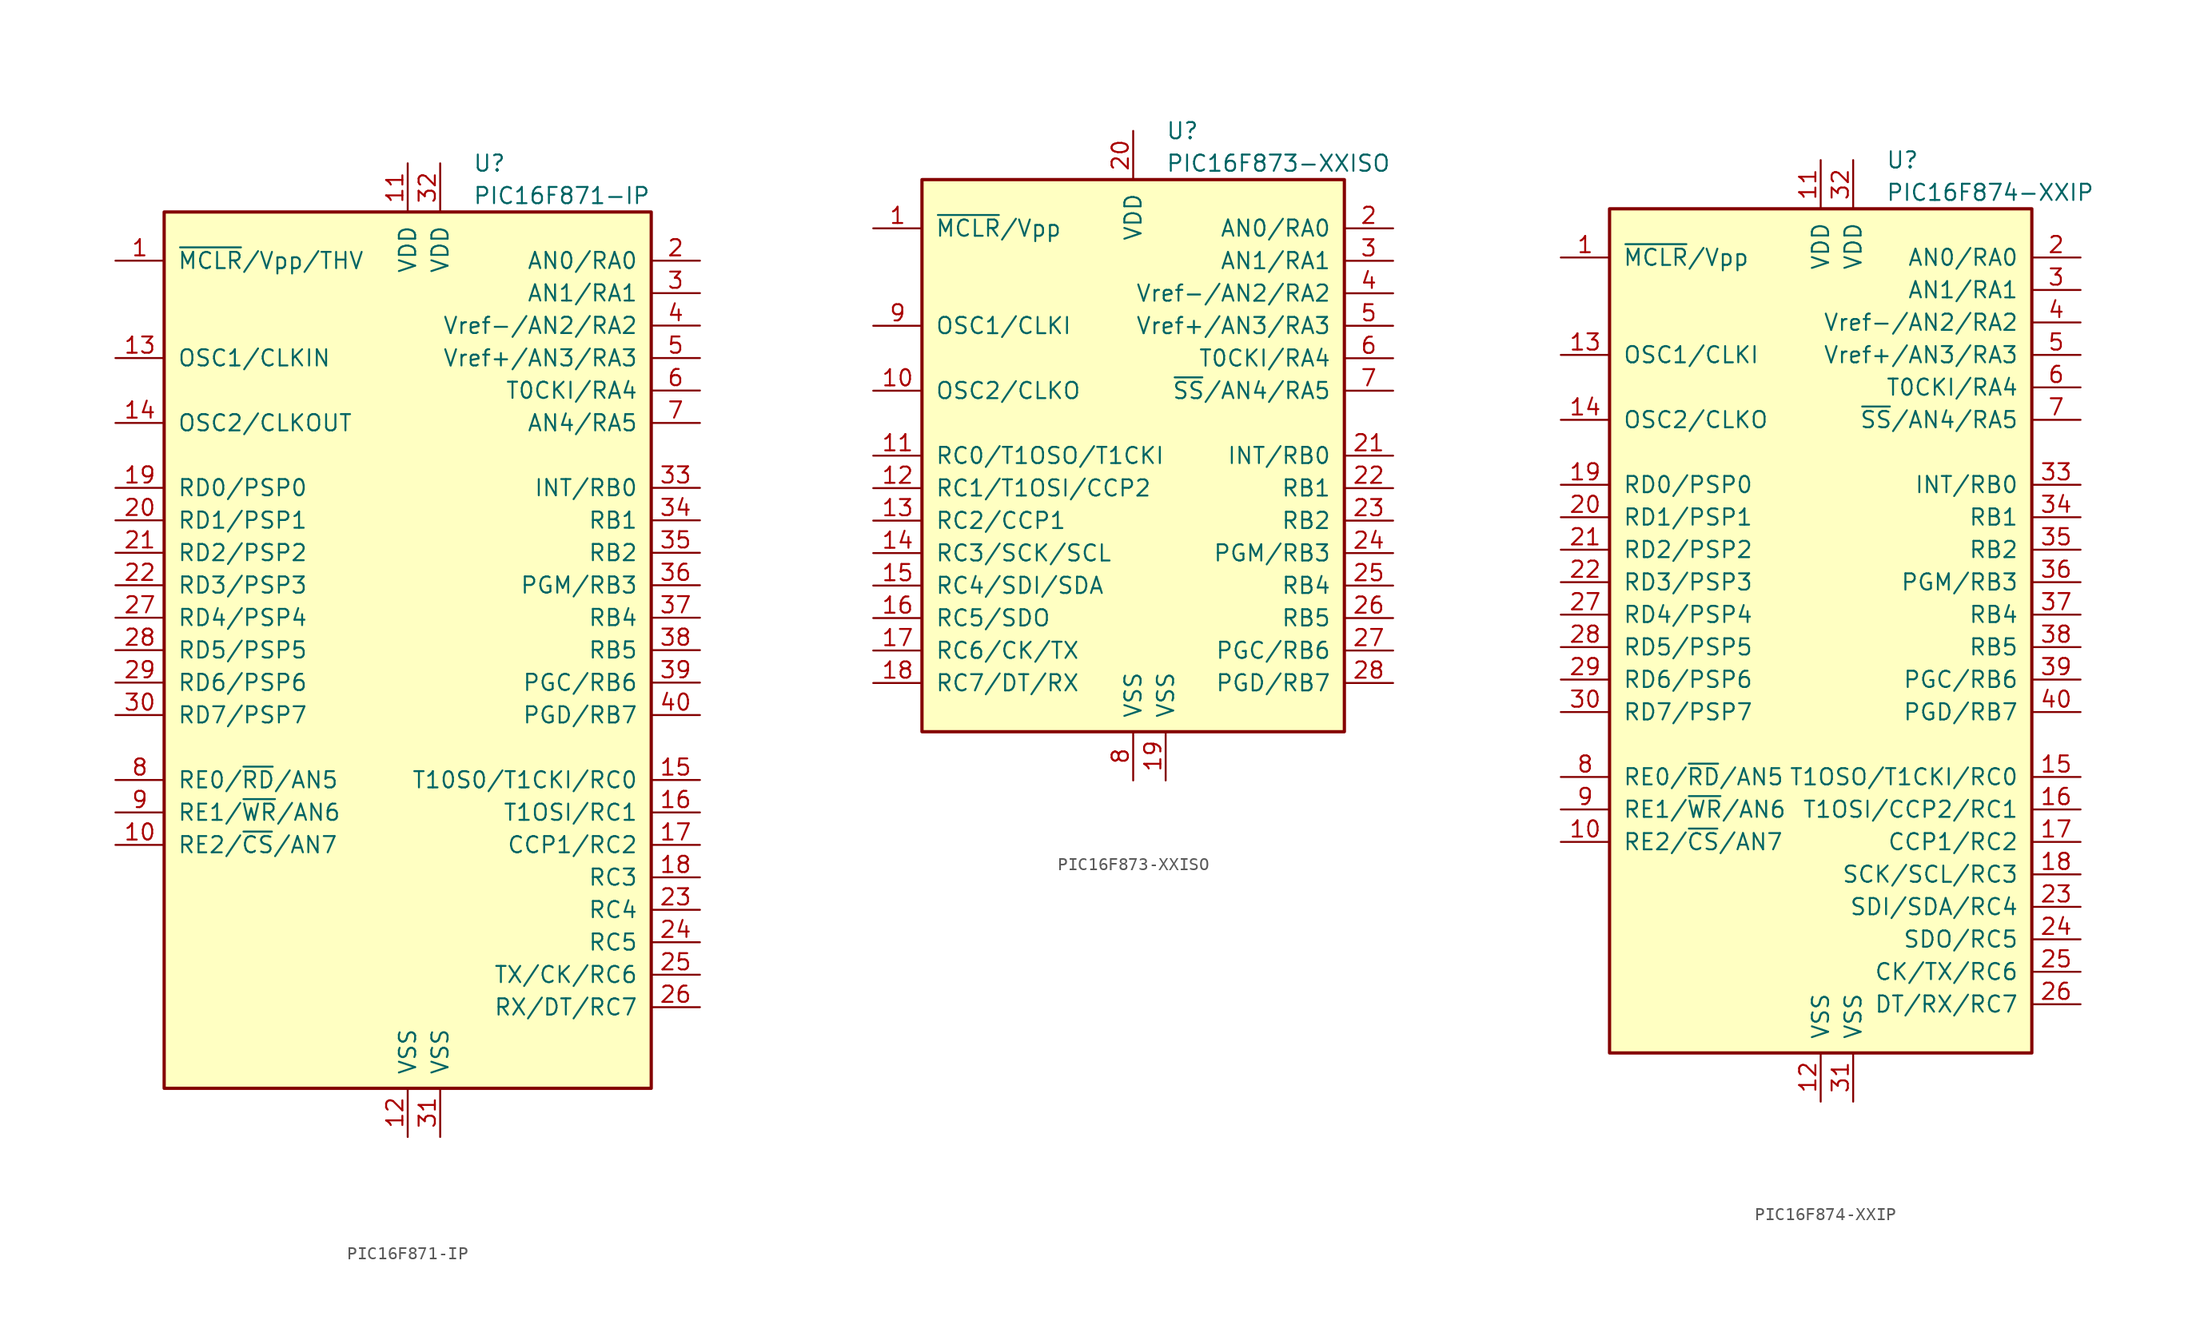
<source format=kicad_sym>
(kicad_symbol_lib
  (version 20201005)
  (generator kicad_symbol_editor)
  (symbol "PIC16F871-IP"
    (pin_names
      (offset 1.016))
    (property "Reference" "U"
      (at 5.08 38.1 0)
      (effects (font (size 1.27 1.27)) (justify left)))
    (property "Value" "PIC16F871-IP"
      (at 5.08 35.56 0)
      (effects (font (size 1.27 1.27)) (justify left)))
    (symbol "PIC16F871-IP_0_1"
      (rectangle (start -19.05 -34.29) (end 19.05 34.29) (stroke (width 0.254)) (fill (type background))))
    (symbol "PIC16F871-IP_1_1"
      (pin input line (at -22.86 30.48 0) (length 3.81) (name "~MCLR~/Vpp/THV" (effects (font (size 1.27 1.27)))) (number "1" (effects (font (size 1.27 1.27)))))
      (pin bidirectional line (at -22.86 -15.24 0) (length 3.81) (name "RE2/~CS~/AN7" (effects (font (size 1.27 1.27)))) (number "10" (effects (font (size 1.27 1.27)))))
      (pin power_in line (at 0 38.1 270) (length 3.81) (name "VDD" (effects (font (size 1.27 1.27)))) (number "11" (effects (font (size 1.27 1.27)))))
      (pin power_in line (at 0 -38.1 90) (length 3.81) (name "VSS" (effects (font (size 1.27 1.27)))) (number "12" (effects (font (size 1.27 1.27)))))
      (pin input line (at -22.86 22.86 0) (length 3.81) (name "OSC1/CLKIN" (effects (font (size 1.27 1.27)))) (number "13" (effects (font (size 1.27 1.27)))))
      (pin output line (at -22.86 17.78 0) (length 3.81) (name "OSC2/CLKOUT" (effects (font (size 1.27 1.27)))) (number "14" (effects (font (size 1.27 1.27)))))
      (pin bidirectional line (at 22.86 -10.16 180) (length 3.81) (name "T10S0/T1CKI/RC0" (effects (font (size 1.27 1.27)))) (number "15" (effects (font (size 1.27 1.27)))))
      (pin bidirectional line (at 22.86 -12.7 180) (length 3.81) (name "T1OSI/RC1" (effects (font (size 1.27 1.27)))) (number "16" (effects (font (size 1.27 1.27)))))
      (pin bidirectional line (at 22.86 -15.24 180) (length 3.81) (name "CCP1/RC2" (effects (font (size 1.27 1.27)))) (number "17" (effects (font (size 1.27 1.27)))))
      (pin bidirectional line (at 22.86 -17.78 180) (length 3.81) (name "RC3" (effects (font (size 1.27 1.27)))) (number "18" (effects (font (size 1.27 1.27)))))
      (pin bidirectional line (at -22.86 12.7 0) (length 3.81) (name "RD0/PSP0" (effects (font (size 1.27 1.27)))) (number "19" (effects (font (size 1.27 1.27)))))
      (pin bidirectional line (at 22.86 30.48 180) (length 3.81) (name "AN0/RA0" (effects (font (size 1.27 1.27)))) (number "2" (effects (font (size 1.27 1.27)))))
      (pin bidirectional line (at -22.86 10.16 0) (length 3.81) (name "RD1/PSP1" (effects (font (size 1.27 1.27)))) (number "20" (effects (font (size 1.27 1.27)))))
      (pin bidirectional line (at -22.86 7.62 0) (length 3.81) (name "RD2/PSP2" (effects (font (size 1.27 1.27)))) (number "21" (effects (font (size 1.27 1.27)))))
      (pin bidirectional line (at -22.86 5.08 0) (length 3.81) (name "RD3/PSP3" (effects (font (size 1.27 1.27)))) (number "22" (effects (font (size 1.27 1.27)))))
      (pin bidirectional line (at 22.86 -20.32 180) (length 3.81) (name "RC4" (effects (font (size 1.27 1.27)))) (number "23" (effects (font (size 1.27 1.27)))))
      (pin bidirectional line (at 22.86 -22.86 180) (length 3.81) (name "RC5" (effects (font (size 1.27 1.27)))) (number "24" (effects (font (size 1.27 1.27)))))
      (pin bidirectional line (at 22.86 -25.4 180) (length 3.81) (name "TX/CK/RC6" (effects (font (size 1.27 1.27)))) (number "25" (effects (font (size 1.27 1.27)))))
      (pin bidirectional line (at 22.86 -27.94 180) (length 3.81) (name "RX/DT/RC7" (effects (font (size 1.27 1.27)))) (number "26" (effects (font (size 1.27 1.27)))))
      (pin bidirectional line (at -22.86 2.54 0) (length 3.81) (name "RD4/PSP4" (effects (font (size 1.27 1.27)))) (number "27" (effects (font (size 1.27 1.27)))))
      (pin bidirectional line (at -22.86 0 0) (length 3.81) (name "RD5/PSP5" (effects (font (size 1.27 1.27)))) (number "28" (effects (font (size 1.27 1.27)))))
      (pin bidirectional line (at -22.86 -2.54 0) (length 3.81) (name "RD6/PSP6" (effects (font (size 1.27 1.27)))) (number "29" (effects (font (size 1.27 1.27)))))
      (pin bidirectional line (at 22.86 27.94 180) (length 3.81) (name "AN1/RA1" (effects (font (size 1.27 1.27)))) (number "3" (effects (font (size 1.27 1.27)))))
      (pin bidirectional line (at -22.86 -5.08 0) (length 3.81) (name "RD7/PSP7" (effects (font (size 1.27 1.27)))) (number "30" (effects (font (size 1.27 1.27)))))
      (pin power_in line (at 2.54 -38.1 90) (length 3.81) (name "VSS" (effects (font (size 1.27 1.27)))) (number "31" (effects (font (size 1.27 1.27)))))
      (pin power_in line (at 2.54 38.1 270) (length 3.81) (name "VDD" (effects (font (size 1.27 1.27)))) (number "32" (effects (font (size 1.27 1.27)))))
      (pin bidirectional line (at 22.86 12.7 180) (length 3.81) (name "INT/RB0" (effects (font (size 1.27 1.27)))) (number "33" (effects (font (size 1.27 1.27)))))
      (pin bidirectional line (at 22.86 10.16 180) (length 3.81) (name "RB1" (effects (font (size 1.27 1.27)))) (number "34" (effects (font (size 1.27 1.27)))))
      (pin bidirectional line (at 22.86 7.62 180) (length 3.81) (name "RB2" (effects (font (size 1.27 1.27)))) (number "35" (effects (font (size 1.27 1.27)))))
      (pin bidirectional line (at 22.86 5.08 180) (length 3.81) (name "PGM/RB3" (effects (font (size 1.27 1.27)))) (number "36" (effects (font (size 1.27 1.27)))))
      (pin bidirectional line (at 22.86 2.54 180) (length 3.81) (name "RB4" (effects (font (size 1.27 1.27)))) (number "37" (effects (font (size 1.27 1.27)))))
      (pin bidirectional line (at 22.86 0 180) (length 3.81) (name "RB5" (effects (font (size 1.27 1.27)))) (number "38" (effects (font (size 1.27 1.27)))))
      (pin bidirectional line (at 22.86 -2.54 180) (length 3.81) (name "PGC/RB6" (effects (font (size 1.27 1.27)))) (number "39" (effects (font (size 1.27 1.27)))))
      (pin bidirectional line (at 22.86 25.4 180) (length 3.81) (name "Vref-/AN2/RA2" (effects (font (size 1.27 1.27)))) (number "4" (effects (font (size 1.27 1.27)))))
      (pin bidirectional line (at 22.86 -5.08 180) (length 3.81) (name "PGD/RB7" (effects (font (size 1.27 1.27)))) (number "40" (effects (font (size 1.27 1.27)))))
      (pin bidirectional line (at 22.86 22.86 180) (length 3.81) (name "Vref+/AN3/RA3" (effects (font (size 1.27 1.27)))) (number "5" (effects (font (size 1.27 1.27)))))
      (pin bidirectional line (at 22.86 20.32 180) (length 3.81) (name "T0CKI/RA4" (effects (font (size 1.27 1.27)))) (number "6" (effects (font (size 1.27 1.27)))))
      (pin bidirectional line (at 22.86 17.78 180) (length 3.81) (name "AN4/RA5" (effects (font (size 1.27 1.27)))) (number "7" (effects (font (size 1.27 1.27)))))
      (pin bidirectional line (at -22.86 -10.16 0) (length 3.81) (name "RE0/~RD~/AN5" (effects (font (size 1.27 1.27)))) (number "8" (effects (font (size 1.27 1.27)))))
      (pin bidirectional line (at -22.86 -12.7 0) (length 3.81) (name "RE1/~WR~/AN6" (effects (font (size 1.27 1.27)))) (number "9" (effects (font (size 1.27 1.27)))))))
  (symbol "PIC16F873-XXISO"
    (pin_names
      (offset 1.016))
    (property "Reference" "U"
      (at 2.54 25.4 0)
      (effects (font (size 1.27 1.27)) (justify left)))
    (property "Value" "PIC16F873-XXISO"
      (at 2.54 22.86 0)
      (effects (font (size 1.27 1.27)) (justify left)))
    (symbol "PIC16F873-XXISO_0_1"
      (rectangle (start -16.51 21.59) (end 16.51 -21.59) (stroke (width 0.254)) (fill (type background))))
    (symbol "PIC16F873-XXISO_1_1"
      (pin input line (at -20.32 17.78 0) (length 3.81) (name "~MCLR~/Vpp" (effects (font (size 1.27 1.27)))) (number "1" (effects (font (size 1.27 1.27)))))
      (pin output line (at -20.32 5.08 0) (length 3.81) (name "OSC2/CLKO" (effects (font (size 1.27 1.27)))) (number "10" (effects (font (size 1.27 1.27)))))
      (pin bidirectional line (at -20.32 0 0) (length 3.81) (name "RC0/T1OSO/T1CKI" (effects (font (size 1.27 1.27)))) (number "11" (effects (font (size 1.27 1.27)))))
      (pin bidirectional line (at -20.32 -2.54 0) (length 3.81) (name "RC1/T1OSI/CCP2" (effects (font (size 1.27 1.27)))) (number "12" (effects (font (size 1.27 1.27)))))
      (pin bidirectional line (at -20.32 -5.08 0) (length 3.81) (name "RC2/CCP1" (effects (font (size 1.27 1.27)))) (number "13" (effects (font (size 1.27 1.27)))))
      (pin bidirectional line (at -20.32 -7.62 0) (length 3.81) (name "RC3/SCK/SCL" (effects (font (size 1.27 1.27)))) (number "14" (effects (font (size 1.27 1.27)))))
      (pin bidirectional line (at -20.32 -10.16 0) (length 3.81) (name "RC4/SDI/SDA" (effects (font (size 1.27 1.27)))) (number "15" (effects (font (size 1.27 1.27)))))
      (pin bidirectional line (at -20.32 -12.7 0) (length 3.81) (name "RC5/SDO" (effects (font (size 1.27 1.27)))) (number "16" (effects (font (size 1.27 1.27)))))
      (pin bidirectional line (at -20.32 -15.24 0) (length 3.81) (name "RC6/CK/TX" (effects (font (size 1.27 1.27)))) (number "17" (effects (font (size 1.27 1.27)))))
      (pin bidirectional line (at -20.32 -17.78 0) (length 3.81) (name "RC7/DT/RX" (effects (font (size 1.27 1.27)))) (number "18" (effects (font (size 1.27 1.27)))))
      (pin power_in line (at 2.54 -25.4 90) (length 3.81) (name "VSS" (effects (font (size 1.27 1.27)))) (number "19" (effects (font (size 1.27 1.27)))))
      (pin bidirectional line (at 20.32 17.78 180) (length 3.81) (name "AN0/RA0" (effects (font (size 1.27 1.27)))) (number "2" (effects (font (size 1.27 1.27)))))
      (pin power_in line (at 0 25.4 270) (length 3.81) (name "VDD" (effects (font (size 1.27 1.27)))) (number "20" (effects (font (size 1.27 1.27)))))
      (pin bidirectional line (at 20.32 0 180) (length 3.81) (name "INT/RB0" (effects (font (size 1.27 1.27)))) (number "21" (effects (font (size 1.27 1.27)))))
      (pin bidirectional line (at 20.32 -2.54 180) (length 3.81) (name "RB1" (effects (font (size 1.27 1.27)))) (number "22" (effects (font (size 1.27 1.27)))))
      (pin bidirectional line (at 20.32 -5.08 180) (length 3.81) (name "RB2" (effects (font (size 1.27 1.27)))) (number "23" (effects (font (size 1.27 1.27)))))
      (pin bidirectional line (at 20.32 -7.62 180) (length 3.81) (name "PGM/RB3" (effects (font (size 1.27 1.27)))) (number "24" (effects (font (size 1.27 1.27)))))
      (pin bidirectional line (at 20.32 -10.16 180) (length 3.81) (name "RB4" (effects (font (size 1.27 1.27)))) (number "25" (effects (font (size 1.27 1.27)))))
      (pin bidirectional line (at 20.32 -12.7 180) (length 3.81) (name "RB5" (effects (font (size 1.27 1.27)))) (number "26" (effects (font (size 1.27 1.27)))))
      (pin bidirectional line (at 20.32 -15.24 180) (length 3.81) (name "PGC/RB6" (effects (font (size 1.27 1.27)))) (number "27" (effects (font (size 1.27 1.27)))))
      (pin bidirectional line (at 20.32 -17.78 180) (length 3.81) (name "PGD/RB7" (effects (font (size 1.27 1.27)))) (number "28" (effects (font (size 1.27 1.27)))))
      (pin bidirectional line (at 20.32 15.24 180) (length 3.81) (name "AN1/RA1" (effects (font (size 1.27 1.27)))) (number "3" (effects (font (size 1.27 1.27)))))
      (pin bidirectional line (at 20.32 12.7 180) (length 3.81) (name "Vref-/AN2/RA2" (effects (font (size 1.27 1.27)))) (number "4" (effects (font (size 1.27 1.27)))))
      (pin bidirectional line (at 20.32 10.16 180) (length 3.81) (name "Vref+/AN3/RA3" (effects (font (size 1.27 1.27)))) (number "5" (effects (font (size 1.27 1.27)))))
      (pin bidirectional line (at 20.32 7.62 180) (length 3.81) (name "T0CKI/RA4" (effects (font (size 1.27 1.27)))) (number "6" (effects (font (size 1.27 1.27)))))
      (pin bidirectional line (at 20.32 5.08 180) (length 3.81) (name "~SS~/AN4/RA5" (effects (font (size 1.27 1.27)))) (number "7" (effects (font (size 1.27 1.27)))))
      (pin power_in line (at 0 -25.4 90) (length 3.81) (name "VSS" (effects (font (size 1.27 1.27)))) (number "8" (effects (font (size 1.27 1.27)))))
      (pin input line (at -20.32 10.16 0) (length 3.81) (name "OSC1/CLKI" (effects (font (size 1.27 1.27)))) (number "9" (effects (font (size 1.27 1.27)))))))
  (symbol "PIC16F874-XXIP"
    (pin_names
      (offset 1.016))
    (property "Reference" "U"
      (at 5.08 35.56 0)
      (effects (font (size 1.27 1.27)) (justify left)))
    (property "Value" "PIC16F874-XXIP"
      (at 5.08 33.02 0)
      (effects (font (size 1.27 1.27)) (justify left)))
    (symbol "PIC16F874-XXIP_0_1"
      (rectangle (start -16.51 31.75) (end 16.51 -34.29) (stroke (width 0.254)) (fill (type background))))
    (symbol "PIC16F874-XXIP_1_1"
      (pin input line (at -20.32 27.94 0) (length 3.81) (name "~MCLR~/Vpp" (effects (font (size 1.27 1.27)))) (number "1" (effects (font (size 1.27 1.27)))))
      (pin bidirectional line (at -20.32 -17.78 0) (length 3.81) (name "RE2/~CS~/AN7" (effects (font (size 1.27 1.27)))) (number "10" (effects (font (size 1.27 1.27)))))
      (pin power_in line (at 0 35.56 270) (length 3.81) (name "VDD" (effects (font (size 1.27 1.27)))) (number "11" (effects (font (size 1.27 1.27)))))
      (pin power_in line (at 0 -38.1 90) (length 3.81) (name "VSS" (effects (font (size 1.27 1.27)))) (number "12" (effects (font (size 1.27 1.27)))))
      (pin input line (at -20.32 20.32 0) (length 3.81) (name "OSC1/CLKI" (effects (font (size 1.27 1.27)))) (number "13" (effects (font (size 1.27 1.27)))))
      (pin output line (at -20.32 15.24 0) (length 3.81) (name "OSC2/CLKO" (effects (font (size 1.27 1.27)))) (number "14" (effects (font (size 1.27 1.27)))))
      (pin bidirectional line (at 20.32 -12.7 180) (length 3.81) (name "T1OSO/T1CKI/RC0" (effects (font (size 1.27 1.27)))) (number "15" (effects (font (size 1.27 1.27)))))
      (pin bidirectional line (at 20.32 -15.24 180) (length 3.81) (name "T1OSI/CCP2/RC1" (effects (font (size 1.27 1.27)))) (number "16" (effects (font (size 1.27 1.27)))))
      (pin bidirectional line (at 20.32 -17.78 180) (length 3.81) (name "CCP1/RC2" (effects (font (size 1.27 1.27)))) (number "17" (effects (font (size 1.27 1.27)))))
      (pin bidirectional line (at 20.32 -20.32 180) (length 3.81) (name "SCK/SCL/RC3" (effects (font (size 1.27 1.27)))) (number "18" (effects (font (size 1.27 1.27)))))
      (pin bidirectional line (at -20.32 10.16 0) (length 3.81) (name "RD0/PSP0" (effects (font (size 1.27 1.27)))) (number "19" (effects (font (size 1.27 1.27)))))
      (pin bidirectional line (at 20.32 27.94 180) (length 3.81) (name "AN0/RA0" (effects (font (size 1.27 1.27)))) (number "2" (effects (font (size 1.27 1.27)))))
      (pin bidirectional line (at -20.32 7.62 0) (length 3.81) (name "RD1/PSP1" (effects (font (size 1.27 1.27)))) (number "20" (effects (font (size 1.27 1.27)))))
      (pin bidirectional line (at -20.32 5.08 0) (length 3.81) (name "RD2/PSP2" (effects (font (size 1.27 1.27)))) (number "21" (effects (font (size 1.27 1.27)))))
      (pin bidirectional line (at -20.32 2.54 0) (length 3.81) (name "RD3/PSP3" (effects (font (size 1.27 1.27)))) (number "22" (effects (font (size 1.27 1.27)))))
      (pin bidirectional line (at 20.32 -22.86 180) (length 3.81) (name "SDI/SDA/RC4" (effects (font (size 1.27 1.27)))) (number "23" (effects (font (size 1.27 1.27)))))
      (pin bidirectional line (at 20.32 -25.4 180) (length 3.81) (name "SDO/RC5" (effects (font (size 1.27 1.27)))) (number "24" (effects (font (size 1.27 1.27)))))
      (pin bidirectional line (at 20.32 -27.94 180) (length 3.81) (name "CK/TX/RC6" (effects (font (size 1.27 1.27)))) (number "25" (effects (font (size 1.27 1.27)))))
      (pin bidirectional line (at 20.32 -30.48 180) (length 3.81) (name "DT/RX/RC7" (effects (font (size 1.27 1.27)))) (number "26" (effects (font (size 1.27 1.27)))))
      (pin bidirectional line (at -20.32 0 0) (length 3.81) (name "RD4/PSP4" (effects (font (size 1.27 1.27)))) (number "27" (effects (font (size 1.27 1.27)))))
      (pin bidirectional line (at -20.32 -2.54 0) (length 3.81) (name "RD5/PSP5" (effects (font (size 1.27 1.27)))) (number "28" (effects (font (size 1.27 1.27)))))
      (pin bidirectional line (at -20.32 -5.08 0) (length 3.81) (name "RD6/PSP6" (effects (font (size 1.27 1.27)))) (number "29" (effects (font (size 1.27 1.27)))))
      (pin bidirectional line (at 20.32 25.4 180) (length 3.81) (name "AN1/RA1" (effects (font (size 1.27 1.27)))) (number "3" (effects (font (size 1.27 1.27)))))
      (pin bidirectional line (at -20.32 -7.62 0) (length 3.81) (name "RD7/PSP7" (effects (font (size 1.27 1.27)))) (number "30" (effects (font (size 1.27 1.27)))))
      (pin power_in line (at 2.54 -38.1 90) (length 3.81) (name "VSS" (effects (font (size 1.27 1.27)))) (number "31" (effects (font (size 1.27 1.27)))))
      (pin power_in line (at 2.54 35.56 270) (length 3.81) (name "VDD" (effects (font (size 1.27 1.27)))) (number "32" (effects (font (size 1.27 1.27)))))
      (pin bidirectional line (at 20.32 10.16 180) (length 3.81) (name "INT/RB0" (effects (font (size 1.27 1.27)))) (number "33" (effects (font (size 1.27 1.27)))))
      (pin bidirectional line (at 20.32 7.62 180) (length 3.81) (name "RB1" (effects (font (size 1.27 1.27)))) (number "34" (effects (font (size 1.27 1.27)))))
      (pin bidirectional line (at 20.32 5.08 180) (length 3.81) (name "RB2" (effects (font (size 1.27 1.27)))) (number "35" (effects (font (size 1.27 1.27)))))
      (pin bidirectional line (at 20.32 2.54 180) (length 3.81) (name "PGM/RB3" (effects (font (size 1.27 1.27)))) (number "36" (effects (font (size 1.27 1.27)))))
      (pin bidirectional line (at 20.32 0 180) (length 3.81) (name "RB4" (effects (font (size 1.27 1.27)))) (number "37" (effects (font (size 1.27 1.27)))))
      (pin bidirectional line (at 20.32 -2.54 180) (length 3.81) (name "RB5" (effects (font (size 1.27 1.27)))) (number "38" (effects (font (size 1.27 1.27)))))
      (pin bidirectional line (at 20.32 -5.08 180) (length 3.81) (name "PGC/RB6" (effects (font (size 1.27 1.27)))) (number "39" (effects (font (size 1.27 1.27)))))
      (pin bidirectional line (at 20.32 22.86 180) (length 3.81) (name "Vref-/AN2/RA2" (effects (font (size 1.27 1.27)))) (number "4" (effects (font (size 1.27 1.27)))))
      (pin bidirectional line (at 20.32 -7.62 180) (length 3.81) (name "PGD/RB7" (effects (font (size 1.27 1.27)))) (number "40" (effects (font (size 1.27 1.27)))))
      (pin bidirectional line (at 20.32 20.32 180) (length 3.81) (name "Vref+/AN3/RA3" (effects (font (size 1.27 1.27)))) (number "5" (effects (font (size 1.27 1.27)))))
      (pin bidirectional line (at 20.32 17.78 180) (length 3.81) (name "T0CKI/RA4" (effects (font (size 1.27 1.27)))) (number "6" (effects (font (size 1.27 1.27)))))
      (pin bidirectional line (at 20.32 15.24 180) (length 3.81) (name "~SS~/AN4/RA5" (effects (font (size 1.27 1.27)))) (number "7" (effects (font (size 1.27 1.27)))))
      (pin bidirectional line (at -20.32 -12.7 0) (length 3.81) (name "RE0/~RD~/AN5" (effects (font (size 1.27 1.27)))) (number "8" (effects (font (size 1.27 1.27)))))
      (pin bidirectional line (at -20.32 -15.24 0) (length 3.81) (name "RE1/~WR~/AN6" (effects (font (size 1.27 1.27)))) (number "9" (effects (font (size 1.27 1.27))))))))
</source>
